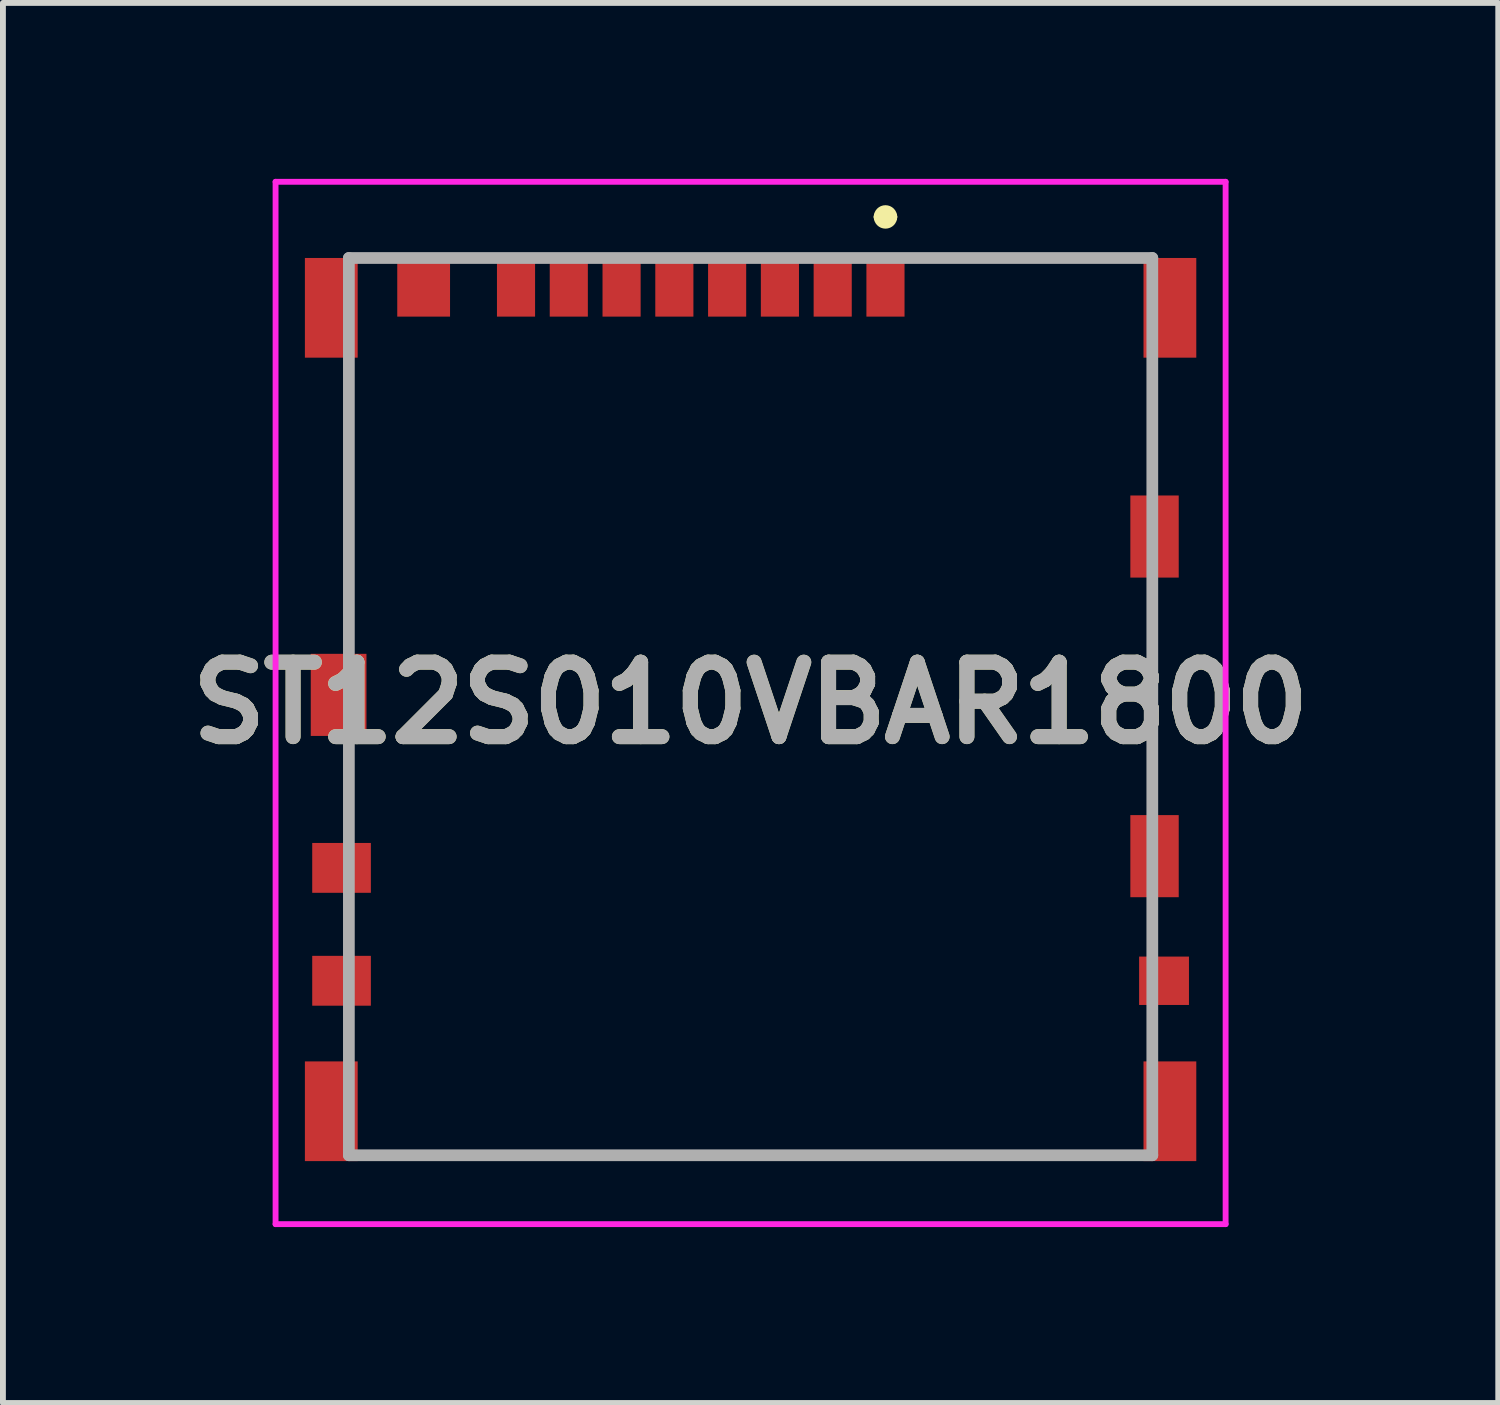
<source format=kicad_pcb>
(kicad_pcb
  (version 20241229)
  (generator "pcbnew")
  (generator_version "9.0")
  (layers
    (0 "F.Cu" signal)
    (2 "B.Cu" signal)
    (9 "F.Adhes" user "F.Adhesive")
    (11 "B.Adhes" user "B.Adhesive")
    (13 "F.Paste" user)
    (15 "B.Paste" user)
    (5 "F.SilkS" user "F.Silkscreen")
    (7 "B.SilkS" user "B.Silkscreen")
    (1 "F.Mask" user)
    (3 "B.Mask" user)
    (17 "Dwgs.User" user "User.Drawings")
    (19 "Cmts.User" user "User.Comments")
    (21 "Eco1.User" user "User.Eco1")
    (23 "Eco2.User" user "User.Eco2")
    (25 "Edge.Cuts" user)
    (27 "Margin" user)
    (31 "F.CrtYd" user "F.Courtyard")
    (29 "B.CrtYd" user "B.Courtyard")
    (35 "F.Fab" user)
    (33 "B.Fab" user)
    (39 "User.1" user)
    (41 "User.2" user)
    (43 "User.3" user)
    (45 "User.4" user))
  (footprint "ST12S010VBAR1800"
    (layer "F.Cu")
    (at 9.749 8.937)
    (property "Reference" "ST12S010VBAR1800" (at 0 0 0) (layer "F.SilkS") (effects (font (size 1.27 1.27) (thickness 0.254))))
    (attr smd)
    (fp_line (start -6.85 -5.588) (end -6.85 -1.588) (stroke (width 0.1) (type solid)) (layer "F.SilkS"))
    (fp_line (start -6.85 0.912) (end -6.85 1.912) (stroke (width 0.1) (type solid)) (layer "F.SilkS"))
    (fp_line (start -6 7.712) (end 6 7.712) (stroke (width 0.1) (type solid)) (layer "F.SilkS"))
    (fp_line (start 2.2 -8.288) (end 2.2 -8.288) (stroke (width 0.2) (type solid)) (layer "F.SilkS"))
    (fp_line (start 2.4 -8.288) (end 2.4 -8.288) (stroke (width 0.2) (type solid)) (layer "F.SilkS"))
    (fp_line (start 3.3 -7.588) (end 6.3 -7.588) (stroke (width 0.1) (type solid)) (layer "F.SilkS"))
    (fp_line (start 6.85 -5.088) (end 6.85 -4.088) (stroke (width 0.1) (type solid)) (layer "F.SilkS"))
    (fp_line (start 6.85 -1.588) (end 6.85 1.412) (stroke (width 0.1) (type solid)) (layer "F.SilkS"))
    (fp_arc (start 2.2 -8.288) (mid 2.3 -8.388) (end 2.4 -8.288) (stroke (width 0.2) (type solid)) (layer "F.SilkS"))
    (fp_arc (start 2.4 -8.288) (mid 2.3 -8.188) (end 2.2 -8.288) (stroke (width 0.2) (type solid)) (layer "F.SilkS"))
    (fp_line (start -8.1 -8.887) (end 8.1 -8.887) (stroke (width 0.1) (type solid)) (layer "F.CrtYd"))
    (fp_line (start -8.1 8.887) (end -8.1 -8.887) (stroke (width 0.1) (type solid)) (layer "F.CrtYd"))
    (fp_line (start 8.1 -8.887) (end 8.1 8.887) (stroke (width 0.1) (type solid)) (layer "F.CrtYd"))
    (fp_line (start 8.1 8.887) (end -8.1 8.887) (stroke (width 0.1) (type solid)) (layer "F.CrtYd"))
    (fp_line (start -6.85 -7.588) (end 6.85 -7.588) (stroke (width 0.2) (type solid)) (layer "F.Fab"))
    (fp_line (start -6.85 7.712) (end -6.85 -7.588) (stroke (width 0.2) (type solid)) (layer "F.Fab"))
    (fp_line (start 6.85 -7.588) (end 6.85 7.712) (stroke (width 0.2) (type solid)) (layer "F.Fab"))
    (fp_line (start 6.85 7.712) (end -6.85 7.712) (stroke (width 0.2) (type solid)) (layer "F.Fab"))
    (fp_text user "${REFERENCE}" (at 0 0 0) (layer "F.Fab") (effects (font (size 1.27 1.27) (thickness 0.254))))
    (pad "C1" smd rect (at 2.3 -7.088) (size 0.65 1) (layers "F.Cu" "F.Mask" "F.Paste"))
    (pad "C2" smd rect (at 1.4 -7.088) (size 0.65 1) (layers "F.Cu" "F.Mask" "F.Paste"))
    (pad "C3" smd rect (at 0.5 -7.088) (size 0.65 1) (layers "F.Cu" "F.Mask" "F.Paste"))
    (pad "C4" smd rect (at -0.4 -7.088) (size 0.65 1) (layers "F.Cu" "F.Mask" "F.Paste"))
    (pad "C5" smd rect (at -1.3 -7.088) (size 0.65 1) (layers "F.Cu" "F.Mask" "F.Paste"))
    (pad "C6" smd rect (at -2.2 -7.088) (size 0.65 1) (layers "F.Cu" "F.Mask" "F.Paste"))
    (pad "C7" smd rect (at -3.1 -7.088) (size 0.65 1) (layers "F.Cu" "F.Mask" "F.Paste"))
    (pad "C8" smd rect (at -4 -7.088) (size 0.65 1) (layers "F.Cu" "F.Mask" "F.Paste"))
    (pad "C9" smd rect (at 7.05 4.737 90) (size 0.825 0.85) (layers "F.Cu" "F.Mask" "F.Paste"))
    (pad "C10" smd rect (at -6.975 4.737 90) (size 0.85 1) (layers "F.Cu" "F.Mask" "F.Paste"))
    (pad "DSW1" smd rect (at -6.975 2.812 90) (size 0.85 1) (layers "F.Cu" "F.Mask" "F.Paste"))
    (pad "DSW2" smd rect (at -5.575 -7.088) (size 0.9 1) (layers "F.Cu" "F.Mask" "F.Paste"))
    (pad "GND1" smd rect (at -7.15 6.962) (size 0.9 1.7) (layers "F.Cu" "F.Mask" "F.Paste"))
    (pad "GND2" smd rect (at -7.025 -0.138) (size 0.95 1.4) (layers "F.Cu" "F.Mask" "F.Paste"))
    (pad "GND3" smd rect (at -7.15 -6.738) (size 0.9 1.7) (layers "F.Cu" "F.Mask" "F.Paste"))
    (pad "GND4" smd rect (at 7.15 -6.738) (size 0.9 1.7) (layers "F.Cu" "F.Mask" "F.Paste"))
    (pad "GND5" smd rect (at 6.888 -2.838) (size 0.825 1.4) (layers "F.Cu" "F.Mask" "F.Paste"))
    (pad "GND6" smd rect (at 6.888 2.612) (size 0.825 1.4) (layers "F.Cu" "F.Mask" "F.Paste"))
    (pad "GND7" smd rect (at 7.15 6.962) (size 0.9 1.7) (layers "F.Cu" "F.Mask" "F.Paste")))
  (gr_rect
    (start -3 -3)
    (end 22.498 20.874)
    (stroke (width 0.1) (type default))
    (fill no)
    (layer "Edge.Cuts")))
</source>
